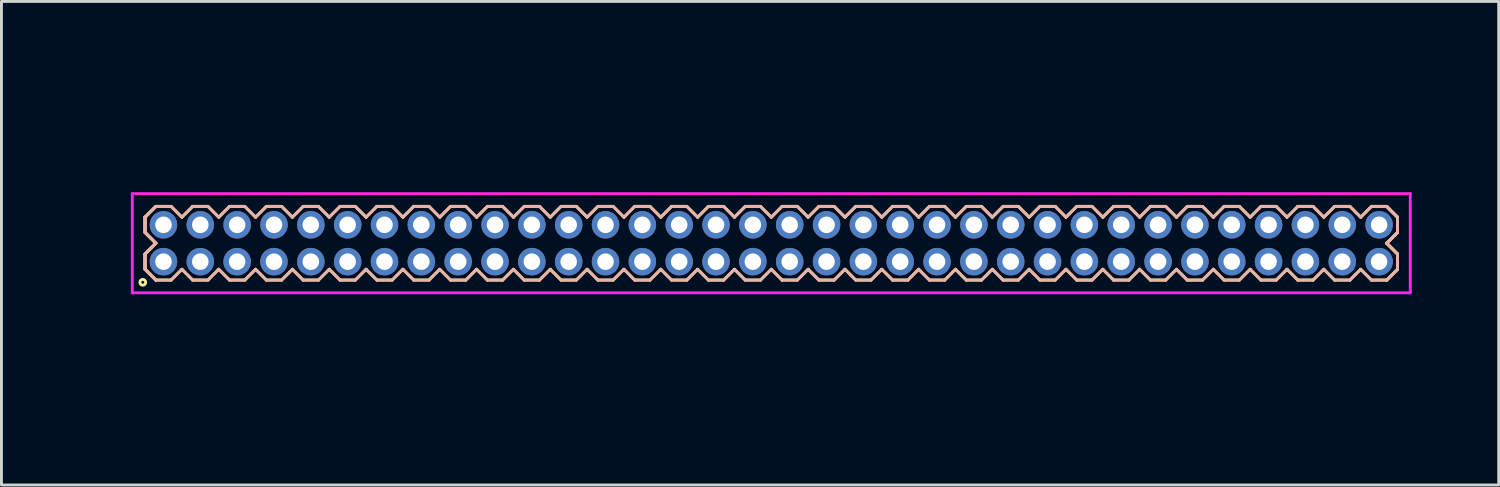
<source format=kicad_pcb>
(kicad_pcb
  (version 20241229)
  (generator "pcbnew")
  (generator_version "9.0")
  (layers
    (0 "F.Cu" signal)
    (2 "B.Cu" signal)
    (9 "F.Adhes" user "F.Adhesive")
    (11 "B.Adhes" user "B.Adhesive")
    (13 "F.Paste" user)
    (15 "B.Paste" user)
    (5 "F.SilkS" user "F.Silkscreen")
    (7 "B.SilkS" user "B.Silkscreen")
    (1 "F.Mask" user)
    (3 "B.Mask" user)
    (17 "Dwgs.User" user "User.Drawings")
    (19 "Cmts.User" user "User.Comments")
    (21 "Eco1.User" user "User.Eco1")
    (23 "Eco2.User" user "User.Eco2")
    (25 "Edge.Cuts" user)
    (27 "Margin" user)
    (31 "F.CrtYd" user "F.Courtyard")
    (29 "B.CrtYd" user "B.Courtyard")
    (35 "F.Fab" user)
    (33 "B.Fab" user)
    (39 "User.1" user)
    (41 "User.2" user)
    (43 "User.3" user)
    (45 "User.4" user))
  (footprint "HDR127P34x2"
    (layer "F.Cu")
    (at 23.541 5.336)
    (property "Reference" "HDR127P34x2" (at -22.78 0 90) (layer "User.1") (effects (font (size 1 1) (thickness 0.1))))
    (attr through_hole)
    (fp_line (start -21.59 -0.898) (end -21.218 -1.27) (stroke (width 0.1) (type solid)) (layer "F.SilkS"))
    (fp_line (start -21.59 -0.898) (end -21.218 -1.27) (stroke (width 0.1) (type solid)) (layer "F.SilkS"))
    (fp_line (start -21.59 -0.372) (end -21.59 -0.898) (stroke (width 0.1) (type solid)) (layer "F.SilkS"))
    (fp_line (start -21.59 -0.372) (end -21.59 -0.898) (stroke (width 0.1) (type solid)) (layer "F.SilkS"))
    (fp_line (start -21.59 0.372) (end -21.218 0) (stroke (width 0.1) (type solid)) (layer "F.SilkS"))
    (fp_line (start -21.59 0.372) (end -21.218 0) (stroke (width 0.1) (type solid)) (layer "F.SilkS"))
    (fp_line (start -21.59 0.898) (end -21.59 0.372) (stroke (width 0.1) (type solid)) (layer "F.SilkS"))
    (fp_line (start -21.59 0.898) (end -21.59 0.372) (stroke (width 0.1) (type solid)) (layer "F.SilkS"))
    (fp_line (start -21.218 -1.27) (end -20.692 -1.27) (stroke (width 0.1) (type solid)) (layer "F.SilkS"))
    (fp_line (start -21.218 0) (end -21.59 -0.372) (stroke (width 0.1) (type solid)) (layer "F.SilkS"))
    (fp_line (start -21.218 0) (end -21.59 -0.372) (stroke (width 0.1) (type solid)) (layer "F.SilkS"))
    (fp_line (start -21.218 1.27) (end -21.59 0.898) (stroke (width 0.1) (type solid)) (layer "F.SilkS"))
    (fp_line (start -21.218 1.27) (end -21.59 0.898) (stroke (width 0.1) (type solid)) (layer "F.SilkS"))
    (fp_line (start -20.692 -1.27) (end -20.32 -0.898) (stroke (width 0.1) (type solid)) (layer "F.SilkS"))
    (fp_line (start -20.692 1.27) (end -21.218 1.27) (stroke (width 0.1) (type solid)) (layer "F.SilkS"))
    (fp_line (start -20.32 -0.898) (end -19.948 -1.27) (stroke (width 0.1) (type solid)) (layer "F.SilkS"))
    (fp_line (start -20.32 0.898) (end -20.692 1.27) (stroke (width 0.1) (type solid)) (layer "F.SilkS"))
    (fp_line (start -19.948 -1.27) (end -19.422 -1.27) (stroke (width 0.1) (type solid)) (layer "F.SilkS"))
    (fp_line (start -19.948 1.27) (end -20.32 0.898) (stroke (width 0.1) (type solid)) (layer "F.SilkS"))
    (fp_line (start -19.422 -1.27) (end -19.05 -0.898) (stroke (width 0.1) (type solid)) (layer "F.SilkS"))
    (fp_line (start -19.422 1.27) (end -19.948 1.27) (stroke (width 0.1) (type solid)) (layer "F.SilkS"))
    (fp_line (start -19.05 -0.898) (end -18.678 -1.27) (stroke (width 0.1) (type solid)) (layer "F.SilkS"))
    (fp_line (start -19.05 0.898) (end -19.422 1.27) (stroke (width 0.1) (type solid)) (layer "F.SilkS"))
    (fp_line (start -18.678 -1.27) (end -18.152 -1.27) (stroke (width 0.1) (type solid)) (layer "F.SilkS"))
    (fp_line (start -18.678 1.27) (end -19.05 0.898) (stroke (width 0.1) (type solid)) (layer "F.SilkS"))
    (fp_line (start -18.152 -1.27) (end -17.78 -0.898) (stroke (width 0.1) (type solid)) (layer "F.SilkS"))
    (fp_line (start -18.152 1.27) (end -18.678 1.27) (stroke (width 0.1) (type solid)) (layer "F.SilkS"))
    (fp_line (start -17.78 -0.898) (end -17.408 -1.27) (stroke (width 0.1) (type solid)) (layer "F.SilkS"))
    (fp_line (start -17.78 0.898) (end -18.152 1.27) (stroke (width 0.1) (type solid)) (layer "F.SilkS"))
    (fp_line (start -17.408 -1.27) (end -16.882 -1.27) (stroke (width 0.1) (type solid)) (layer "F.SilkS"))
    (fp_line (start -17.408 1.27) (end -17.78 0.898) (stroke (width 0.1) (type solid)) (layer "F.SilkS"))
    (fp_line (start -16.882 -1.27) (end -16.51 -0.898) (stroke (width 0.1) (type solid)) (layer "F.SilkS"))
    (fp_line (start -16.882 1.27) (end -17.408 1.27) (stroke (width 0.1) (type solid)) (layer "F.SilkS"))
    (fp_line (start -16.51 -0.898) (end -16.138 -1.27) (stroke (width 0.1) (type solid)) (layer "F.SilkS"))
    (fp_line (start -16.51 0.898) (end -16.882 1.27) (stroke (width 0.1) (type solid)) (layer "F.SilkS"))
    (fp_line (start -16.138 -1.27) (end -15.612 -1.27) (stroke (width 0.1) (type solid)) (layer "F.SilkS"))
    (fp_line (start -16.138 1.27) (end -16.51 0.898) (stroke (width 0.1) (type solid)) (layer "F.SilkS"))
    (fp_line (start -15.612 -1.27) (end -15.24 -0.898) (stroke (width 0.1) (type solid)) (layer "F.SilkS"))
    (fp_line (start -15.612 1.27) (end -16.138 1.27) (stroke (width 0.1) (type solid)) (layer "F.SilkS"))
    (fp_line (start -15.24 -0.898) (end -14.868 -1.27) (stroke (width 0.1) (type solid)) (layer "F.SilkS"))
    (fp_line (start -15.24 0.898) (end -15.612 1.27) (stroke (width 0.1) (type solid)) (layer "F.SilkS"))
    (fp_line (start -14.868 -1.27) (end -14.342 -1.27) (stroke (width 0.1) (type solid)) (layer "F.SilkS"))
    (fp_line (start -14.868 1.27) (end -15.24 0.898) (stroke (width 0.1) (type solid)) (layer "F.SilkS"))
    (fp_line (start -14.342 -1.27) (end -13.97 -0.898) (stroke (width 0.1) (type solid)) (layer "F.SilkS"))
    (fp_line (start -14.342 1.27) (end -14.868 1.27) (stroke (width 0.1) (type solid)) (layer "F.SilkS"))
    (fp_line (start -13.97 -0.898) (end -13.598 -1.27) (stroke (width 0.1) (type solid)) (layer "F.SilkS"))
    (fp_line (start -13.97 0.898) (end -14.342 1.27) (stroke (width 0.1) (type solid)) (layer "F.SilkS"))
    (fp_line (start -13.598 -1.27) (end -13.072 -1.27) (stroke (width 0.1) (type solid)) (layer "F.SilkS"))
    (fp_line (start -13.598 1.27) (end -13.97 0.898) (stroke (width 0.1) (type solid)) (layer "F.SilkS"))
    (fp_line (start -13.072 -1.27) (end -12.7 -0.898) (stroke (width 0.1) (type solid)) (layer "F.SilkS"))
    (fp_line (start -13.072 1.27) (end -13.598 1.27) (stroke (width 0.1) (type solid)) (layer "F.SilkS"))
    (fp_line (start -12.7 -0.898) (end -12.328 -1.27) (stroke (width 0.1) (type solid)) (layer "F.SilkS"))
    (fp_line (start -12.7 0.898) (end -13.072 1.27) (stroke (width 0.1) (type solid)) (layer "F.SilkS"))
    (fp_line (start -12.328 -1.27) (end -11.802 -1.27) (stroke (width 0.1) (type solid)) (layer "F.SilkS"))
    (fp_line (start -12.328 1.27) (end -12.7 0.898) (stroke (width 0.1) (type solid)) (layer "F.SilkS"))
    (fp_line (start -11.802 -1.27) (end -11.43 -0.898) (stroke (width 0.1) (type solid)) (layer "F.SilkS"))
    (fp_line (start -11.802 1.27) (end -12.328 1.27) (stroke (width 0.1) (type solid)) (layer "F.SilkS"))
    (fp_line (start -11.43 -0.898) (end -11.058 -1.27) (stroke (width 0.1) (type solid)) (layer "F.SilkS"))
    (fp_line (start -11.43 0.898) (end -11.802 1.27) (stroke (width 0.1) (type solid)) (layer "F.SilkS"))
    (fp_line (start -11.058 -1.27) (end -10.532 -1.27) (stroke (width 0.1) (type solid)) (layer "F.SilkS"))
    (fp_line (start -11.058 1.27) (end -11.43 0.898) (stroke (width 0.1) (type solid)) (layer "F.SilkS"))
    (fp_line (start -10.532 -1.27) (end -10.16 -0.898) (stroke (width 0.1) (type solid)) (layer "F.SilkS"))
    (fp_line (start -10.532 1.27) (end -11.058 1.27) (stroke (width 0.1) (type solid)) (layer "F.SilkS"))
    (fp_line (start -10.16 -0.898) (end -9.788 -1.27) (stroke (width 0.1) (type solid)) (layer "F.SilkS"))
    (fp_line (start -10.16 0.898) (end -10.532 1.27) (stroke (width 0.1) (type solid)) (layer "F.SilkS"))
    (fp_line (start -9.788 -1.27) (end -9.262 -1.27) (stroke (width 0.1) (type solid)) (layer "F.SilkS"))
    (fp_line (start -9.788 1.27) (end -10.16 0.898) (stroke (width 0.1) (type solid)) (layer "F.SilkS"))
    (fp_line (start -9.262 -1.27) (end -8.89 -0.898) (stroke (width 0.1) (type solid)) (layer "F.SilkS"))
    (fp_line (start -9.262 1.27) (end -9.788 1.27) (stroke (width 0.1) (type solid)) (layer "F.SilkS"))
    (fp_line (start -8.89 -0.898) (end -8.518 -1.27) (stroke (width 0.1) (type solid)) (layer "F.SilkS"))
    (fp_line (start -8.89 0.898) (end -9.262 1.27) (stroke (width 0.1) (type solid)) (layer "F.SilkS"))
    (fp_line (start -8.518 -1.27) (end -7.992 -1.27) (stroke (width 0.1) (type solid)) (layer "F.SilkS"))
    (fp_line (start -8.518 1.27) (end -8.89 0.898) (stroke (width 0.1) (type solid)) (layer "F.SilkS"))
    (fp_line (start -7.992 -1.27) (end -7.62 -0.898) (stroke (width 0.1) (type solid)) (layer "F.SilkS"))
    (fp_line (start -7.992 1.27) (end -8.518 1.27) (stroke (width 0.1) (type solid)) (layer "F.SilkS"))
    (fp_line (start -7.62 -0.898) (end -7.248 -1.27) (stroke (width 0.1) (type solid)) (layer "F.SilkS"))
    (fp_line (start -7.62 0.898) (end -7.992 1.27) (stroke (width 0.1) (type solid)) (layer "F.SilkS"))
    (fp_line (start -7.248 -1.27) (end -6.722 -1.27) (stroke (width 0.1) (type solid)) (layer "F.SilkS"))
    (fp_line (start -7.248 1.27) (end -7.62 0.898) (stroke (width 0.1) (type solid)) (layer "F.SilkS"))
    (fp_line (start -6.722 -1.27) (end -6.35 -0.898) (stroke (width 0.1) (type solid)) (layer "F.SilkS"))
    (fp_line (start -6.722 1.27) (end -7.248 1.27) (stroke (width 0.1) (type solid)) (layer "F.SilkS"))
    (fp_line (start -6.35 -0.898) (end -5.978 -1.27) (stroke (width 0.1) (type solid)) (layer "F.SilkS"))
    (fp_line (start -6.35 0.898) (end -6.722 1.27) (stroke (width 0.1) (type solid)) (layer "F.SilkS"))
    (fp_line (start -5.978 -1.27) (end -5.452 -1.27) (stroke (width 0.1) (type solid)) (layer "F.SilkS"))
    (fp_line (start -5.978 1.27) (end -6.35 0.898) (stroke (width 0.1) (type solid)) (layer "F.SilkS"))
    (fp_line (start -5.452 -1.27) (end -5.08 -0.898) (stroke (width 0.1) (type solid)) (layer "F.SilkS"))
    (fp_line (start -5.452 1.27) (end -5.978 1.27) (stroke (width 0.1) (type solid)) (layer "F.SilkS"))
    (fp_line (start -5.08 -0.898) (end -4.708 -1.27) (stroke (width 0.1) (type solid)) (layer "F.SilkS"))
    (fp_line (start -5.08 0.898) (end -5.452 1.27) (stroke (width 0.1) (type solid)) (layer "F.SilkS"))
    (fp_line (start -4.708 -1.27) (end -4.182 -1.27) (stroke (width 0.1) (type solid)) (layer "F.SilkS"))
    (fp_line (start -4.708 1.27) (end -5.08 0.898) (stroke (width 0.1) (type solid)) (layer "F.SilkS"))
    (fp_line (start -4.182 -1.27) (end -3.81 -0.898) (stroke (width 0.1) (type solid)) (layer "F.SilkS"))
    (fp_line (start -4.182 1.27) (end -4.708 1.27) (stroke (width 0.1) (type solid)) (layer "F.SilkS"))
    (fp_line (start -3.81 -0.898) (end -3.438 -1.27) (stroke (width 0.1) (type solid)) (layer "F.SilkS"))
    (fp_line (start -3.81 0.898) (end -4.182 1.27) (stroke (width 0.1) (type solid)) (layer "F.SilkS"))
    (fp_line (start -3.438 -1.27) (end -2.912 -1.27) (stroke (width 0.1) (type solid)) (layer "F.SilkS"))
    (fp_line (start -3.438 1.27) (end -3.81 0.898) (stroke (width 0.1) (type solid)) (layer "F.SilkS"))
    (fp_line (start -2.912 -1.27) (end -2.54 -0.898) (stroke (width 0.1) (type solid)) (layer "F.SilkS"))
    (fp_line (start -2.912 1.27) (end -3.438 1.27) (stroke (width 0.1) (type solid)) (layer "F.SilkS"))
    (fp_line (start -2.54 -0.898) (end -2.168 -1.27) (stroke (width 0.1) (type solid)) (layer "F.SilkS"))
    (fp_line (start -2.54 0.898) (end -2.912 1.27) (stroke (width 0.1) (type solid)) (layer "F.SilkS"))
    (fp_line (start -2.168 -1.27) (end -1.642 -1.27) (stroke (width 0.1) (type solid)) (layer "F.SilkS"))
    (fp_line (start -2.168 1.27) (end -2.54 0.898) (stroke (width 0.1) (type solid)) (layer "F.SilkS"))
    (fp_line (start -1.642 -1.27) (end -1.27 -0.898) (stroke (width 0.1) (type solid)) (layer "F.SilkS"))
    (fp_line (start -1.642 1.27) (end -2.168 1.27) (stroke (width 0.1) (type solid)) (layer "F.SilkS"))
    (fp_line (start -1.27 -0.898) (end -0.898 -1.27) (stroke (width 0.1) (type solid)) (layer "F.SilkS"))
    (fp_line (start -1.27 0.898) (end -1.642 1.27) (stroke (width 0.1) (type solid)) (layer "F.SilkS"))
    (fp_line (start -0.898 -1.27) (end -0.372 -1.27) (stroke (width 0.1) (type solid)) (layer "F.SilkS"))
    (fp_line (start -0.898 1.27) (end -1.27 0.898) (stroke (width 0.1) (type solid)) (layer "F.SilkS"))
    (fp_line (start -0.372 -1.27) (end 0 -0.898) (stroke (width 0.1) (type solid)) (layer "F.SilkS"))
    (fp_line (start -0.372 1.27) (end -0.898 1.27) (stroke (width 0.1) (type solid)) (layer "F.SilkS"))
    (fp_line (start 0 -0.898) (end 0.372 -1.27) (stroke (width 0.1) (type solid)) (layer "F.SilkS"))
    (fp_line (start 0 0.898) (end -0.372 1.27) (stroke (width 0.1) (type solid)) (layer "F.SilkS"))
    (fp_line (start 0.372 -1.27) (end 0.898 -1.27) (stroke (width 0.1) (type solid)) (layer "F.SilkS"))
    (fp_line (start 0.372 1.27) (end 0 0.898) (stroke (width 0.1) (type solid)) (layer "F.SilkS"))
    (fp_line (start 0.898 -1.27) (end 1.27 -0.898) (stroke (width 0.1) (type solid)) (layer "F.SilkS"))
    (fp_line (start 0.898 1.27) (end 0.372 1.27) (stroke (width 0.1) (type solid)) (layer "F.SilkS"))
    (fp_line (start 1.27 -0.898) (end 1.642 -1.27) (stroke (width 0.1) (type solid)) (layer "F.SilkS"))
    (fp_line (start 1.27 0.898) (end 0.898 1.27) (stroke (width 0.1) (type solid)) (layer "F.SilkS"))
    (fp_line (start 1.642 -1.27) (end 2.168 -1.27) (stroke (width 0.1) (type solid)) (layer "F.SilkS"))
    (fp_line (start 1.642 1.27) (end 1.27 0.898) (stroke (width 0.1) (type solid)) (layer "F.SilkS"))
    (fp_line (start 2.168 -1.27) (end 2.54 -0.898) (stroke (width 0.1) (type solid)) (layer "F.SilkS"))
    (fp_line (start 2.168 1.27) (end 1.642 1.27) (stroke (width 0.1) (type solid)) (layer "F.SilkS"))
    (fp_line (start 2.54 -0.898) (end 2.912 -1.27) (stroke (width 0.1) (type solid)) (layer "F.SilkS"))
    (fp_line (start 2.54 0.898) (end 2.168 1.27) (stroke (width 0.1) (type solid)) (layer "F.SilkS"))
    (fp_line (start 2.912 -1.27) (end 3.438 -1.27) (stroke (width 0.1) (type solid)) (layer "F.SilkS"))
    (fp_line (start 2.912 1.27) (end 2.54 0.898) (stroke (width 0.1) (type solid)) (layer "F.SilkS"))
    (fp_line (start 3.438 -1.27) (end 3.81 -0.898) (stroke (width 0.1) (type solid)) (layer "F.SilkS"))
    (fp_line (start 3.438 1.27) (end 2.912 1.27) (stroke (width 0.1) (type solid)) (layer "F.SilkS"))
    (fp_line (start 3.81 -0.898) (end 4.182 -1.27) (stroke (width 0.1) (type solid)) (layer "F.SilkS"))
    (fp_line (start 3.81 0.898) (end 3.438 1.27) (stroke (width 0.1) (type solid)) (layer "F.SilkS"))
    (fp_line (start 4.182 -1.27) (end 4.708 -1.27) (stroke (width 0.1) (type solid)) (layer "F.SilkS"))
    (fp_line (start 4.182 1.27) (end 3.81 0.898) (stroke (width 0.1) (type solid)) (layer "F.SilkS"))
    (fp_line (start 4.708 -1.27) (end 5.08 -0.898) (stroke (width 0.1) (type solid)) (layer "F.SilkS"))
    (fp_line (start 4.708 1.27) (end 4.182 1.27) (stroke (width 0.1) (type solid)) (layer "F.SilkS"))
    (fp_line (start 5.08 -0.898) (end 5.452 -1.27) (stroke (width 0.1) (type solid)) (layer "F.SilkS"))
    (fp_line (start 5.08 0.898) (end 4.708 1.27) (stroke (width 0.1) (type solid)) (layer "F.SilkS"))
    (fp_line (start 5.452 -1.27) (end 5.978 -1.27) (stroke (width 0.1) (type solid)) (layer "F.SilkS"))
    (fp_line (start 5.452 1.27) (end 5.08 0.898) (stroke (width 0.1) (type solid)) (layer "F.SilkS"))
    (fp_line (start 5.978 -1.27) (end 6.35 -0.898) (stroke (width 0.1) (type solid)) (layer "F.SilkS"))
    (fp_line (start 5.978 1.27) (end 5.452 1.27) (stroke (width 0.1) (type solid)) (layer "F.SilkS"))
    (fp_line (start 6.35 -0.898) (end 6.722 -1.27) (stroke (width 0.1) (type solid)) (layer "F.SilkS"))
    (fp_line (start 6.35 0.898) (end 5.978 1.27) (stroke (width 0.1) (type solid)) (layer "F.SilkS"))
    (fp_line (start 6.722 -1.27) (end 7.248 -1.27) (stroke (width 0.1) (type solid)) (layer "F.SilkS"))
    (fp_line (start 6.722 1.27) (end 6.35 0.898) (stroke (width 0.1) (type solid)) (layer "F.SilkS"))
    (fp_line (start 7.248 -1.27) (end 7.62 -0.898) (stroke (width 0.1) (type solid)) (layer "F.SilkS"))
    (fp_line (start 7.248 1.27) (end 6.722 1.27) (stroke (width 0.1) (type solid)) (layer "F.SilkS"))
    (fp_line (start 7.62 -0.898) (end 7.992 -1.27) (stroke (width 0.1) (type solid)) (layer "F.SilkS"))
    (fp_line (start 7.62 0.898) (end 7.248 1.27) (stroke (width 0.1) (type solid)) (layer "F.SilkS"))
    (fp_line (start 7.992 -1.27) (end 8.518 -1.27) (stroke (width 0.1) (type solid)) (layer "F.SilkS"))
    (fp_line (start 7.992 1.27) (end 7.62 0.898) (stroke (width 0.1) (type solid)) (layer "F.SilkS"))
    (fp_line (start 8.518 -1.27) (end 8.89 -0.898) (stroke (width 0.1) (type solid)) (layer "F.SilkS"))
    (fp_line (start 8.518 1.27) (end 7.992 1.27) (stroke (width 0.1) (type solid)) (layer "F.SilkS"))
    (fp_line (start 8.89 -0.898) (end 9.262 -1.27) (stroke (width 0.1) (type solid)) (layer "F.SilkS"))
    (fp_line (start 8.89 0.898) (end 8.518 1.27) (stroke (width 0.1) (type solid)) (layer "F.SilkS"))
    (fp_line (start 9.262 -1.27) (end 9.788 -1.27) (stroke (width 0.1) (type solid)) (layer "F.SilkS"))
    (fp_line (start 9.262 1.27) (end 8.89 0.898) (stroke (width 0.1) (type solid)) (layer "F.SilkS"))
    (fp_line (start 9.788 -1.27) (end 10.16 -0.898) (stroke (width 0.1) (type solid)) (layer "F.SilkS"))
    (fp_line (start 9.788 1.27) (end 9.262 1.27) (stroke (width 0.1) (type solid)) (layer "F.SilkS"))
    (fp_line (start 10.16 -0.898) (end 10.532 -1.27) (stroke (width 0.1) (type solid)) (layer "F.SilkS"))
    (fp_line (start 10.16 0.898) (end 9.788 1.27) (stroke (width 0.1) (type solid)) (layer "F.SilkS"))
    (fp_line (start 10.532 -1.27) (end 11.058 -1.27) (stroke (width 0.1) (type solid)) (layer "F.SilkS"))
    (fp_line (start 10.532 1.27) (end 10.16 0.898) (stroke (width 0.1) (type solid)) (layer "F.SilkS"))
    (fp_line (start 11.058 -1.27) (end 11.43 -0.898) (stroke (width 0.1) (type solid)) (layer "F.SilkS"))
    (fp_line (start 11.058 1.27) (end 10.532 1.27) (stroke (width 0.1) (type solid)) (layer "F.SilkS"))
    (fp_line (start 11.43 -0.898) (end 11.802 -1.27) (stroke (width 0.1) (type solid)) (layer "F.SilkS"))
    (fp_line (start 11.43 0.898) (end 11.058 1.27) (stroke (width 0.1) (type solid)) (layer "F.SilkS"))
    (fp_line (start 11.802 -1.27) (end 12.328 -1.27) (stroke (width 0.1) (type solid)) (layer "F.SilkS"))
    (fp_line (start 11.802 1.27) (end 11.43 0.898) (stroke (width 0.1) (type solid)) (layer "F.SilkS"))
    (fp_line (start 12.328 -1.27) (end 12.7 -0.898) (stroke (width 0.1) (type solid)) (layer "F.SilkS"))
    (fp_line (start 12.328 1.27) (end 11.802 1.27) (stroke (width 0.1) (type solid)) (layer "F.SilkS"))
    (fp_line (start 12.7 -0.898) (end 13.072 -1.27) (stroke (width 0.1) (type solid)) (layer "F.SilkS"))
    (fp_line (start 12.7 0.898) (end 12.328 1.27) (stroke (width 0.1) (type solid)) (layer "F.SilkS"))
    (fp_line (start 13.072 -1.27) (end 13.598 -1.27) (stroke (width 0.1) (type solid)) (layer "F.SilkS"))
    (fp_line (start 13.072 1.27) (end 12.7 0.898) (stroke (width 0.1) (type solid)) (layer "F.SilkS"))
    (fp_line (start 13.598 -1.27) (end 13.97 -0.898) (stroke (width 0.1) (type solid)) (layer "F.SilkS"))
    (fp_line (start 13.598 1.27) (end 13.072 1.27) (stroke (width 0.1) (type solid)) (layer "F.SilkS"))
    (fp_line (start 13.97 -0.898) (end 14.342 -1.27) (stroke (width 0.1) (type solid)) (layer "F.SilkS"))
    (fp_line (start 13.97 0.898) (end 13.598 1.27) (stroke (width 0.1) (type solid)) (layer "F.SilkS"))
    (fp_line (start 14.342 -1.27) (end 14.868 -1.27) (stroke (width 0.1) (type solid)) (layer "F.SilkS"))
    (fp_line (start 14.342 1.27) (end 13.97 0.898) (stroke (width 0.1) (type solid)) (layer "F.SilkS"))
    (fp_line (start 14.868 -1.27) (end 15.24 -0.898) (stroke (width 0.1) (type solid)) (layer "F.SilkS"))
    (fp_line (start 14.868 1.27) (end 14.342 1.27) (stroke (width 0.1) (type solid)) (layer "F.SilkS"))
    (fp_line (start 15.24 -0.898) (end 15.612 -1.27) (stroke (width 0.1) (type solid)) (layer "F.SilkS"))
    (fp_line (start 15.24 0.898) (end 14.868 1.27) (stroke (width 0.1) (type solid)) (layer "F.SilkS"))
    (fp_line (start 15.612 -1.27) (end 16.138 -1.27) (stroke (width 0.1) (type solid)) (layer "F.SilkS"))
    (fp_line (start 15.612 1.27) (end 15.24 0.898) (stroke (width 0.1) (type solid)) (layer "F.SilkS"))
    (fp_line (start 16.138 -1.27) (end 16.51 -0.898) (stroke (width 0.1) (type solid)) (layer "F.SilkS"))
    (fp_line (start 16.138 1.27) (end 15.612 1.27) (stroke (width 0.1) (type solid)) (layer "F.SilkS"))
    (fp_line (start 16.51 -0.898) (end 16.882 -1.27) (stroke (width 0.1) (type solid)) (layer "F.SilkS"))
    (fp_line (start 16.51 0.898) (end 16.138 1.27) (stroke (width 0.1) (type solid)) (layer "F.SilkS"))
    (fp_line (start 16.882 -1.27) (end 17.408 -1.27) (stroke (width 0.1) (type solid)) (layer "F.SilkS"))
    (fp_line (start 16.882 1.27) (end 16.51 0.898) (stroke (width 0.1) (type solid)) (layer "F.SilkS"))
    (fp_line (start 17.408 -1.27) (end 17.78 -0.898) (stroke (width 0.1) (type solid)) (layer "F.SilkS"))
    (fp_line (start 17.408 1.27) (end 16.882 1.27) (stroke (width 0.1) (type solid)) (layer "F.SilkS"))
    (fp_line (start 17.78 -0.898) (end 18.152 -1.27) (stroke (width 0.1) (type solid)) (layer "F.SilkS"))
    (fp_line (start 17.78 0.898) (end 17.408 1.27) (stroke (width 0.1) (type solid)) (layer "F.SilkS"))
    (fp_line (start 18.152 -1.27) (end 18.678 -1.27) (stroke (width 0.1) (type solid)) (layer "F.SilkS"))
    (fp_line (start 18.152 1.27) (end 17.78 0.898) (stroke (width 0.1) (type solid)) (layer "F.SilkS"))
    (fp_line (start 18.678 -1.27) (end 19.05 -0.898) (stroke (width 0.1) (type solid)) (layer "F.SilkS"))
    (fp_line (start 18.678 1.27) (end 18.152 1.27) (stroke (width 0.1) (type solid)) (layer "F.SilkS"))
    (fp_line (start 19.05 -0.898) (end 19.422 -1.27) (stroke (width 0.1) (type solid)) (layer "F.SilkS"))
    (fp_line (start 19.05 0.898) (end 18.678 1.27) (stroke (width 0.1) (type solid)) (layer "F.SilkS"))
    (fp_line (start 19.422 -1.27) (end 19.948 -1.27) (stroke (width 0.1) (type solid)) (layer "F.SilkS"))
    (fp_line (start 19.422 1.27) (end 19.05 0.898) (stroke (width 0.1) (type solid)) (layer "F.SilkS"))
    (fp_line (start 19.948 -1.27) (end 20.32 -0.898) (stroke (width 0.1) (type solid)) (layer "F.SilkS"))
    (fp_line (start 19.948 1.27) (end 19.422 1.27) (stroke (width 0.1) (type solid)) (layer "F.SilkS"))
    (fp_line (start 20.32 -0.898) (end 20.692 -1.27) (stroke (width 0.1) (type solid)) (layer "F.SilkS"))
    (fp_line (start 20.32 0.898) (end 19.948 1.27) (stroke (width 0.1) (type solid)) (layer "F.SilkS"))
    (fp_line (start 20.692 -1.27) (end 21.218 -1.27) (stroke (width 0.1) (type solid)) (layer "F.SilkS"))
    (fp_line (start 20.692 1.27) (end 20.32 0.898) (stroke (width 0.1) (type solid)) (layer "F.SilkS"))
    (fp_line (start 21.218 -1.27) (end 21.59 -0.898) (stroke (width 0.1) (type solid)) (layer "F.SilkS"))
    (fp_line (start 21.218 -1.27) (end 21.59 -0.898) (stroke (width 0.1) (type solid)) (layer "F.SilkS"))
    (fp_line (start 21.218 0) (end 21.59 0.372) (stroke (width 0.1) (type solid)) (layer "F.SilkS"))
    (fp_line (start 21.218 0) (end 21.59 0.372) (stroke (width 0.1) (type solid)) (layer "F.SilkS"))
    (fp_line (start 21.218 1.27) (end 20.692 1.27) (stroke (width 0.1) (type solid)) (layer "F.SilkS"))
    (fp_line (start 21.59 -0.898) (end 21.59 -0.372) (stroke (width 0.1) (type solid)) (layer "F.SilkS"))
    (fp_line (start 21.59 -0.898) (end 21.59 -0.372) (stroke (width 0.1) (type solid)) (layer "F.SilkS"))
    (fp_line (start 21.59 -0.372) (end 21.218 0) (stroke (width 0.1) (type solid)) (layer "F.SilkS"))
    (fp_line (start 21.59 -0.372) (end 21.218 0) (stroke (width 0.1) (type solid)) (layer "F.SilkS"))
    (fp_line (start 21.59 0.372) (end 21.59 0.898) (stroke (width 0.1) (type solid)) (layer "F.SilkS"))
    (fp_line (start 21.59 0.372) (end 21.59 0.898) (stroke (width 0.1) (type solid)) (layer "F.SilkS"))
    (fp_line (start 21.59 0.898) (end 21.218 1.27) (stroke (width 0.1) (type solid)) (layer "F.SilkS"))
    (fp_line (start 21.59 0.898) (end 21.218 1.27) (stroke (width 0.1) (type solid)) (layer "F.SilkS"))
    (fp_circle (center -21.668 1.347) (end -21.568 1.347) (stroke (width 0.1) (type solid)) (fill no) (layer "F.SilkS"))
    (fp_line (start -21.59 -0.898) (end -21.218 -1.27) (stroke (width 0.1) (type solid)) (layer "B.SilkS"))
    (fp_line (start -21.59 -0.898) (end -21.218 -1.27) (stroke (width 0.1) (type solid)) (layer "B.SilkS"))
    (fp_line (start -21.59 -0.372) (end -21.59 -0.898) (stroke (width 0.1) (type solid)) (layer "B.SilkS"))
    (fp_line (start -21.59 -0.372) (end -21.59 -0.898) (stroke (width 0.1) (type solid)) (layer "B.SilkS"))
    (fp_line (start -21.59 0.372) (end -21.218 0) (stroke (width 0.1) (type solid)) (layer "B.SilkS"))
    (fp_line (start -21.59 0.372) (end -21.218 0) (stroke (width 0.1) (type solid)) (layer "B.SilkS"))
    (fp_line (start -21.59 0.898) (end -21.59 0.372) (stroke (width 0.1) (type solid)) (layer "B.SilkS"))
    (fp_line (start -21.59 0.898) (end -21.59 0.372) (stroke (width 0.1) (type solid)) (layer "B.SilkS"))
    (fp_line (start -21.218 -1.27) (end -20.692 -1.27) (stroke (width 0.1) (type solid)) (layer "B.SilkS"))
    (fp_line (start -21.218 0) (end -21.59 -0.372) (stroke (width 0.1) (type solid)) (layer "B.SilkS"))
    (fp_line (start -21.218 0) (end -21.59 -0.372) (stroke (width 0.1) (type solid)) (layer "B.SilkS"))
    (fp_line (start -21.218 1.27) (end -21.59 0.898) (stroke (width 0.1) (type solid)) (layer "B.SilkS"))
    (fp_line (start -21.218 1.27) (end -21.59 0.898) (stroke (width 0.1) (type solid)) (layer "B.SilkS"))
    (fp_line (start -20.692 -1.27) (end -20.32 -0.898) (stroke (width 0.1) (type solid)) (layer "B.SilkS"))
    (fp_line (start -20.692 1.27) (end -21.218 1.27) (stroke (width 0.1) (type solid)) (layer "B.SilkS"))
    (fp_line (start -20.32 -0.898) (end -19.948 -1.27) (stroke (width 0.1) (type solid)) (layer "B.SilkS"))
    (fp_line (start -20.32 0.898) (end -20.692 1.27) (stroke (width 0.1) (type solid)) (layer "B.SilkS"))
    (fp_line (start -19.948 -1.27) (end -19.422 -1.27) (stroke (width 0.1) (type solid)) (layer "B.SilkS"))
    (fp_line (start -19.948 1.27) (end -20.32 0.898) (stroke (width 0.1) (type solid)) (layer "B.SilkS"))
    (fp_line (start -19.422 -1.27) (end -19.05 -0.898) (stroke (width 0.1) (type solid)) (layer "B.SilkS"))
    (fp_line (start -19.422 1.27) (end -19.948 1.27) (stroke (width 0.1) (type solid)) (layer "B.SilkS"))
    (fp_line (start -19.05 -0.898) (end -18.678 -1.27) (stroke (width 0.1) (type solid)) (layer "B.SilkS"))
    (fp_line (start -19.05 0.898) (end -19.422 1.27) (stroke (width 0.1) (type solid)) (layer "B.SilkS"))
    (fp_line (start -18.678 -1.27) (end -18.152 -1.27) (stroke (width 0.1) (type solid)) (layer "B.SilkS"))
    (fp_line (start -18.678 1.27) (end -19.05 0.898) (stroke (width 0.1) (type solid)) (layer "B.SilkS"))
    (fp_line (start -18.152 -1.27) (end -17.78 -0.898) (stroke (width 0.1) (type solid)) (layer "B.SilkS"))
    (fp_line (start -18.152 1.27) (end -18.678 1.27) (stroke (width 0.1) (type solid)) (layer "B.SilkS"))
    (fp_line (start -17.78 -0.898) (end -17.408 -1.27) (stroke (width 0.1) (type solid)) (layer "B.SilkS"))
    (fp_line (start -17.78 0.898) (end -18.152 1.27) (stroke (width 0.1) (type solid)) (layer "B.SilkS"))
    (fp_line (start -17.408 -1.27) (end -16.882 -1.27) (stroke (width 0.1) (type solid)) (layer "B.SilkS"))
    (fp_line (start -17.408 1.27) (end -17.78 0.898) (stroke (width 0.1) (type solid)) (layer "B.SilkS"))
    (fp_line (start -16.882 -1.27) (end -16.51 -0.898) (stroke (width 0.1) (type solid)) (layer "B.SilkS"))
    (fp_line (start -16.882 1.27) (end -17.408 1.27) (stroke (width 0.1) (type solid)) (layer "B.SilkS"))
    (fp_line (start -16.51 -0.898) (end -16.138 -1.27) (stroke (width 0.1) (type solid)) (layer "B.SilkS"))
    (fp_line (start -16.51 0.898) (end -16.882 1.27) (stroke (width 0.1) (type solid)) (layer "B.SilkS"))
    (fp_line (start -16.138 -1.27) (end -15.612 -1.27) (stroke (width 0.1) (type solid)) (layer "B.SilkS"))
    (fp_line (start -16.138 1.27) (end -16.51 0.898) (stroke (width 0.1) (type solid)) (layer "B.SilkS"))
    (fp_line (start -15.612 -1.27) (end -15.24 -0.898) (stroke (width 0.1) (type solid)) (layer "B.SilkS"))
    (fp_line (start -15.612 1.27) (end -16.138 1.27) (stroke (width 0.1) (type solid)) (layer "B.SilkS"))
    (fp_line (start -15.24 -0.898) (end -14.868 -1.27) (stroke (width 0.1) (type solid)) (layer "B.SilkS"))
    (fp_line (start -15.24 0.898) (end -15.612 1.27) (stroke (width 0.1) (type solid)) (layer "B.SilkS"))
    (fp_line (start -14.868 -1.27) (end -14.342 -1.27) (stroke (width 0.1) (type solid)) (layer "B.SilkS"))
    (fp_line (start -14.868 1.27) (end -15.24 0.898) (stroke (width 0.1) (type solid)) (layer "B.SilkS"))
    (fp_line (start -14.342 -1.27) (end -13.97 -0.898) (stroke (width 0.1) (type solid)) (layer "B.SilkS"))
    (fp_line (start -14.342 1.27) (end -14.868 1.27) (stroke (width 0.1) (type solid)) (layer "B.SilkS"))
    (fp_line (start -13.97 -0.898) (end -13.598 -1.27) (stroke (width 0.1) (type solid)) (layer "B.SilkS"))
    (fp_line (start -13.97 0.898) (end -14.342 1.27) (stroke (width 0.1) (type solid)) (layer "B.SilkS"))
    (fp_line (start -13.598 -1.27) (end -13.072 -1.27) (stroke (width 0.1) (type solid)) (layer "B.SilkS"))
    (fp_line (start -13.598 1.27) (end -13.97 0.898) (stroke (width 0.1) (type solid)) (layer "B.SilkS"))
    (fp_line (start -13.072 -1.27) (end -12.7 -0.898) (stroke (width 0.1) (type solid)) (layer "B.SilkS"))
    (fp_line (start -13.072 1.27) (end -13.598 1.27) (stroke (width 0.1) (type solid)) (layer "B.SilkS"))
    (fp_line (start -12.7 -0.898) (end -12.328 -1.27) (stroke (width 0.1) (type solid)) (layer "B.SilkS"))
    (fp_line (start -12.7 0.898) (end -13.072 1.27) (stroke (width 0.1) (type solid)) (layer "B.SilkS"))
    (fp_line (start -12.328 -1.27) (end -11.802 -1.27) (stroke (width 0.1) (type solid)) (layer "B.SilkS"))
    (fp_line (start -12.328 1.27) (end -12.7 0.898) (stroke (width 0.1) (type solid)) (layer "B.SilkS"))
    (fp_line (start -11.802 -1.27) (end -11.43 -0.898) (stroke (width 0.1) (type solid)) (layer "B.SilkS"))
    (fp_line (start -11.802 1.27) (end -12.328 1.27) (stroke (width 0.1) (type solid)) (layer "B.SilkS"))
    (fp_line (start -11.43 -0.898) (end -11.058 -1.27) (stroke (width 0.1) (type solid)) (layer "B.SilkS"))
    (fp_line (start -11.43 0.898) (end -11.802 1.27) (stroke (width 0.1) (type solid)) (layer "B.SilkS"))
    (fp_line (start -11.058 -1.27) (end -10.532 -1.27) (stroke (width 0.1) (type solid)) (layer "B.SilkS"))
    (fp_line (start -11.058 1.27) (end -11.43 0.898) (stroke (width 0.1) (type solid)) (layer "B.SilkS"))
    (fp_line (start -10.532 -1.27) (end -10.16 -0.898) (stroke (width 0.1) (type solid)) (layer "B.SilkS"))
    (fp_line (start -10.532 1.27) (end -11.058 1.27) (stroke (width 0.1) (type solid)) (layer "B.SilkS"))
    (fp_line (start -10.16 -0.898) (end -9.788 -1.27) (stroke (width 0.1) (type solid)) (layer "B.SilkS"))
    (fp_line (start -10.16 0.898) (end -10.532 1.27) (stroke (width 0.1) (type solid)) (layer "B.SilkS"))
    (fp_line (start -9.788 -1.27) (end -9.262 -1.27) (stroke (width 0.1) (type solid)) (layer "B.SilkS"))
    (fp_line (start -9.788 1.27) (end -10.16 0.898) (stroke (width 0.1) (type solid)) (layer "B.SilkS"))
    (fp_line (start -9.262 -1.27) (end -8.89 -0.898) (stroke (width 0.1) (type solid)) (layer "B.SilkS"))
    (fp_line (start -9.262 1.27) (end -9.788 1.27) (stroke (width 0.1) (type solid)) (layer "B.SilkS"))
    (fp_line (start -8.89 -0.898) (end -8.518 -1.27) (stroke (width 0.1) (type solid)) (layer "B.SilkS"))
    (fp_line (start -8.89 0.898) (end -9.262 1.27) (stroke (width 0.1) (type solid)) (layer "B.SilkS"))
    (fp_line (start -8.518 -1.27) (end -7.992 -1.27) (stroke (width 0.1) (type solid)) (layer "B.SilkS"))
    (fp_line (start -8.518 1.27) (end -8.89 0.898) (stroke (width 0.1) (type solid)) (layer "B.SilkS"))
    (fp_line (start -7.992 -1.27) (end -7.62 -0.898) (stroke (width 0.1) (type solid)) (layer "B.SilkS"))
    (fp_line (start -7.992 1.27) (end -8.518 1.27) (stroke (width 0.1) (type solid)) (layer "B.SilkS"))
    (fp_line (start -7.62 -0.898) (end -7.248 -1.27) (stroke (width 0.1) (type solid)) (layer "B.SilkS"))
    (fp_line (start -7.62 0.898) (end -7.992 1.27) (stroke (width 0.1) (type solid)) (layer "B.SilkS"))
    (fp_line (start -7.248 -1.27) (end -6.722 -1.27) (stroke (width 0.1) (type solid)) (layer "B.SilkS"))
    (fp_line (start -7.248 1.27) (end -7.62 0.898) (stroke (width 0.1) (type solid)) (layer "B.SilkS"))
    (fp_line (start -6.722 -1.27) (end -6.35 -0.898) (stroke (width 0.1) (type solid)) (layer "B.SilkS"))
    (fp_line (start -6.722 1.27) (end -7.248 1.27) (stroke (width 0.1) (type solid)) (layer "B.SilkS"))
    (fp_line (start -6.35 -0.898) (end -5.978 -1.27) (stroke (width 0.1) (type solid)) (layer "B.SilkS"))
    (fp_line (start -6.35 0.898) (end -6.722 1.27) (stroke (width 0.1) (type solid)) (layer "B.SilkS"))
    (fp_line (start -5.978 -1.27) (end -5.452 -1.27) (stroke (width 0.1) (type solid)) (layer "B.SilkS"))
    (fp_line (start -5.978 1.27) (end -6.35 0.898) (stroke (width 0.1) (type solid)) (layer "B.SilkS"))
    (fp_line (start -5.452 -1.27) (end -5.08 -0.898) (stroke (width 0.1) (type solid)) (layer "B.SilkS"))
    (fp_line (start -5.452 1.27) (end -5.978 1.27) (stroke (width 0.1) (type solid)) (layer "B.SilkS"))
    (fp_line (start -5.08 -0.898) (end -4.708 -1.27) (stroke (width 0.1) (type solid)) (layer "B.SilkS"))
    (fp_line (start -5.08 0.898) (end -5.452 1.27) (stroke (width 0.1) (type solid)) (layer "B.SilkS"))
    (fp_line (start -4.708 -1.27) (end -4.182 -1.27) (stroke (width 0.1) (type solid)) (layer "B.SilkS"))
    (fp_line (start -4.708 1.27) (end -5.08 0.898) (stroke (width 0.1) (type solid)) (layer "B.SilkS"))
    (fp_line (start -4.182 -1.27) (end -3.81 -0.898) (stroke (width 0.1) (type solid)) (layer "B.SilkS"))
    (fp_line (start -4.182 1.27) (end -4.708 1.27) (stroke (width 0.1) (type solid)) (layer "B.SilkS"))
    (fp_line (start -3.81 -0.898) (end -3.438 -1.27) (stroke (width 0.1) (type solid)) (layer "B.SilkS"))
    (fp_line (start -3.81 0.898) (end -4.182 1.27) (stroke (width 0.1) (type solid)) (layer "B.SilkS"))
    (fp_line (start -3.438 -1.27) (end -2.912 -1.27) (stroke (width 0.1) (type solid)) (layer "B.SilkS"))
    (fp_line (start -3.438 1.27) (end -3.81 0.898) (stroke (width 0.1) (type solid)) (layer "B.SilkS"))
    (fp_line (start -2.912 -1.27) (end -2.54 -0.898) (stroke (width 0.1) (type solid)) (layer "B.SilkS"))
    (fp_line (start -2.912 1.27) (end -3.438 1.27) (stroke (width 0.1) (type solid)) (layer "B.SilkS"))
    (fp_line (start -2.54 -0.898) (end -2.168 -1.27) (stroke (width 0.1) (type solid)) (layer "B.SilkS"))
    (fp_line (start -2.54 0.898) (end -2.912 1.27) (stroke (width 0.1) (type solid)) (layer "B.SilkS"))
    (fp_line (start -2.168 -1.27) (end -1.642 -1.27) (stroke (width 0.1) (type solid)) (layer "B.SilkS"))
    (fp_line (start -2.168 1.27) (end -2.54 0.898) (stroke (width 0.1) (type solid)) (layer "B.SilkS"))
    (fp_line (start -1.642 -1.27) (end -1.27 -0.898) (stroke (width 0.1) (type solid)) (layer "B.SilkS"))
    (fp_line (start -1.642 1.27) (end -2.168 1.27) (stroke (width 0.1) (type solid)) (layer "B.SilkS"))
    (fp_line (start -1.27 -0.898) (end -0.898 -1.27) (stroke (width 0.1) (type solid)) (layer "B.SilkS"))
    (fp_line (start -1.27 0.898) (end -1.642 1.27) (stroke (width 0.1) (type solid)) (layer "B.SilkS"))
    (fp_line (start -0.898 -1.27) (end -0.372 -1.27) (stroke (width 0.1) (type solid)) (layer "B.SilkS"))
    (fp_line (start -0.898 1.27) (end -1.27 0.898) (stroke (width 0.1) (type solid)) (layer "B.SilkS"))
    (fp_line (start -0.372 -1.27) (end 0 -0.898) (stroke (width 0.1) (type solid)) (layer "B.SilkS"))
    (fp_line (start -0.372 1.27) (end -0.898 1.27) (stroke (width 0.1) (type solid)) (layer "B.SilkS"))
    (fp_line (start 0 -0.898) (end 0.372 -1.27) (stroke (width 0.1) (type solid)) (layer "B.SilkS"))
    (fp_line (start 0 0.898) (end -0.372 1.27) (stroke (width 0.1) (type solid)) (layer "B.SilkS"))
    (fp_line (start 0.372 -1.27) (end 0.898 -1.27) (stroke (width 0.1) (type solid)) (layer "B.SilkS"))
    (fp_line (start 0.372 1.27) (end 0 0.898) (stroke (width 0.1) (type solid)) (layer "B.SilkS"))
    (fp_line (start 0.898 -1.27) (end 1.27 -0.898) (stroke (width 0.1) (type solid)) (layer "B.SilkS"))
    (fp_line (start 0.898 1.27) (end 0.372 1.27) (stroke (width 0.1) (type solid)) (layer "B.SilkS"))
    (fp_line (start 1.27 -0.898) (end 1.642 -1.27) (stroke (width 0.1) (type solid)) (layer "B.SilkS"))
    (fp_line (start 1.27 0.898) (end 0.898 1.27) (stroke (width 0.1) (type solid)) (layer "B.SilkS"))
    (fp_line (start 1.642 -1.27) (end 2.168 -1.27) (stroke (width 0.1) (type solid)) (layer "B.SilkS"))
    (fp_line (start 1.642 1.27) (end 1.27 0.898) (stroke (width 0.1) (type solid)) (layer "B.SilkS"))
    (fp_line (start 2.168 -1.27) (end 2.54 -0.898) (stroke (width 0.1) (type solid)) (layer "B.SilkS"))
    (fp_line (start 2.168 1.27) (end 1.642 1.27) (stroke (width 0.1) (type solid)) (layer "B.SilkS"))
    (fp_line (start 2.54 -0.898) (end 2.912 -1.27) (stroke (width 0.1) (type solid)) (layer "B.SilkS"))
    (fp_line (start 2.54 0.898) (end 2.168 1.27) (stroke (width 0.1) (type solid)) (layer "B.SilkS"))
    (fp_line (start 2.912 -1.27) (end 3.438 -1.27) (stroke (width 0.1) (type solid)) (layer "B.SilkS"))
    (fp_line (start 2.912 1.27) (end 2.54 0.898) (stroke (width 0.1) (type solid)) (layer "B.SilkS"))
    (fp_line (start 3.438 -1.27) (end 3.81 -0.898) (stroke (width 0.1) (type solid)) (layer "B.SilkS"))
    (fp_line (start 3.438 1.27) (end 2.912 1.27) (stroke (width 0.1) (type solid)) (layer "B.SilkS"))
    (fp_line (start 3.81 -0.898) (end 4.182 -1.27) (stroke (width 0.1) (type solid)) (layer "B.SilkS"))
    (fp_line (start 3.81 0.898) (end 3.438 1.27) (stroke (width 0.1) (type solid)) (layer "B.SilkS"))
    (fp_line (start 4.182 -1.27) (end 4.708 -1.27) (stroke (width 0.1) (type solid)) (layer "B.SilkS"))
    (fp_line (start 4.182 1.27) (end 3.81 0.898) (stroke (width 0.1) (type solid)) (layer "B.SilkS"))
    (fp_line (start 4.708 -1.27) (end 5.08 -0.898) (stroke (width 0.1) (type solid)) (layer "B.SilkS"))
    (fp_line (start 4.708 1.27) (end 4.182 1.27) (stroke (width 0.1) (type solid)) (layer "B.SilkS"))
    (fp_line (start 5.08 -0.898) (end 5.452 -1.27) (stroke (width 0.1) (type solid)) (layer "B.SilkS"))
    (fp_line (start 5.08 0.898) (end 4.708 1.27) (stroke (width 0.1) (type solid)) (layer "B.SilkS"))
    (fp_line (start 5.452 -1.27) (end 5.978 -1.27) (stroke (width 0.1) (type solid)) (layer "B.SilkS"))
    (fp_line (start 5.452 1.27) (end 5.08 0.898) (stroke (width 0.1) (type solid)) (layer "B.SilkS"))
    (fp_line (start 5.978 -1.27) (end 6.35 -0.898) (stroke (width 0.1) (type solid)) (layer "B.SilkS"))
    (fp_line (start 5.978 1.27) (end 5.452 1.27) (stroke (width 0.1) (type solid)) (layer "B.SilkS"))
    (fp_line (start 6.35 -0.898) (end 6.722 -1.27) (stroke (width 0.1) (type solid)) (layer "B.SilkS"))
    (fp_line (start 6.35 0.898) (end 5.978 1.27) (stroke (width 0.1) (type solid)) (layer "B.SilkS"))
    (fp_line (start 6.722 -1.27) (end 7.248 -1.27) (stroke (width 0.1) (type solid)) (layer "B.SilkS"))
    (fp_line (start 6.722 1.27) (end 6.35 0.898) (stroke (width 0.1) (type solid)) (layer "B.SilkS"))
    (fp_line (start 7.248 -1.27) (end 7.62 -0.898) (stroke (width 0.1) (type solid)) (layer "B.SilkS"))
    (fp_line (start 7.248 1.27) (end 6.722 1.27) (stroke (width 0.1) (type solid)) (layer "B.SilkS"))
    (fp_line (start 7.62 -0.898) (end 7.992 -1.27) (stroke (width 0.1) (type solid)) (layer "B.SilkS"))
    (fp_line (start 7.62 0.898) (end 7.248 1.27) (stroke (width 0.1) (type solid)) (layer "B.SilkS"))
    (fp_line (start 7.992 -1.27) (end 8.518 -1.27) (stroke (width 0.1) (type solid)) (layer "B.SilkS"))
    (fp_line (start 7.992 1.27) (end 7.62 0.898) (stroke (width 0.1) (type solid)) (layer "B.SilkS"))
    (fp_line (start 8.518 -1.27) (end 8.89 -0.898) (stroke (width 0.1) (type solid)) (layer "B.SilkS"))
    (fp_line (start 8.518 1.27) (end 7.992 1.27) (stroke (width 0.1) (type solid)) (layer "B.SilkS"))
    (fp_line (start 8.89 -0.898) (end 9.262 -1.27) (stroke (width 0.1) (type solid)) (layer "B.SilkS"))
    (fp_line (start 8.89 0.898) (end 8.518 1.27) (stroke (width 0.1) (type solid)) (layer "B.SilkS"))
    (fp_line (start 9.262 -1.27) (end 9.788 -1.27) (stroke (width 0.1) (type solid)) (layer "B.SilkS"))
    (fp_line (start 9.262 1.27) (end 8.89 0.898) (stroke (width 0.1) (type solid)) (layer "B.SilkS"))
    (fp_line (start 9.788 -1.27) (end 10.16 -0.898) (stroke (width 0.1) (type solid)) (layer "B.SilkS"))
    (fp_line (start 9.788 1.27) (end 9.262 1.27) (stroke (width 0.1) (type solid)) (layer "B.SilkS"))
    (fp_line (start 10.16 -0.898) (end 10.532 -1.27) (stroke (width 0.1) (type solid)) (layer "B.SilkS"))
    (fp_line (start 10.16 0.898) (end 9.788 1.27) (stroke (width 0.1) (type solid)) (layer "B.SilkS"))
    (fp_line (start 10.532 -1.27) (end 11.058 -1.27) (stroke (width 0.1) (type solid)) (layer "B.SilkS"))
    (fp_line (start 10.532 1.27) (end 10.16 0.898) (stroke (width 0.1) (type solid)) (layer "B.SilkS"))
    (fp_line (start 11.058 -1.27) (end 11.43 -0.898) (stroke (width 0.1) (type solid)) (layer "B.SilkS"))
    (fp_line (start 11.058 1.27) (end 10.532 1.27) (stroke (width 0.1) (type solid)) (layer "B.SilkS"))
    (fp_line (start 11.43 -0.898) (end 11.802 -1.27) (stroke (width 0.1) (type solid)) (layer "B.SilkS"))
    (fp_line (start 11.43 0.898) (end 11.058 1.27) (stroke (width 0.1) (type solid)) (layer "B.SilkS"))
    (fp_line (start 11.802 -1.27) (end 12.328 -1.27) (stroke (width 0.1) (type solid)) (layer "B.SilkS"))
    (fp_line (start 11.802 1.27) (end 11.43 0.898) (stroke (width 0.1) (type solid)) (layer "B.SilkS"))
    (fp_line (start 12.328 -1.27) (end 12.7 -0.898) (stroke (width 0.1) (type solid)) (layer "B.SilkS"))
    (fp_line (start 12.328 1.27) (end 11.802 1.27) (stroke (width 0.1) (type solid)) (layer "B.SilkS"))
    (fp_line (start 12.7 -0.898) (end 13.072 -1.27) (stroke (width 0.1) (type solid)) (layer "B.SilkS"))
    (fp_line (start 12.7 0.898) (end 12.328 1.27) (stroke (width 0.1) (type solid)) (layer "B.SilkS"))
    (fp_line (start 13.072 -1.27) (end 13.598 -1.27) (stroke (width 0.1) (type solid)) (layer "B.SilkS"))
    (fp_line (start 13.072 1.27) (end 12.7 0.898) (stroke (width 0.1) (type solid)) (layer "B.SilkS"))
    (fp_line (start 13.598 -1.27) (end 13.97 -0.898) (stroke (width 0.1) (type solid)) (layer "B.SilkS"))
    (fp_line (start 13.598 1.27) (end 13.072 1.27) (stroke (width 0.1) (type solid)) (layer "B.SilkS"))
    (fp_line (start 13.97 -0.898) (end 14.342 -1.27) (stroke (width 0.1) (type solid)) (layer "B.SilkS"))
    (fp_line (start 13.97 0.898) (end 13.598 1.27) (stroke (width 0.1) (type solid)) (layer "B.SilkS"))
    (fp_line (start 14.342 -1.27) (end 14.868 -1.27) (stroke (width 0.1) (type solid)) (layer "B.SilkS"))
    (fp_line (start 14.342 1.27) (end 13.97 0.898) (stroke (width 0.1) (type solid)) (layer "B.SilkS"))
    (fp_line (start 14.868 -1.27) (end 15.24 -0.898) (stroke (width 0.1) (type solid)) (layer "B.SilkS"))
    (fp_line (start 14.868 1.27) (end 14.342 1.27) (stroke (width 0.1) (type solid)) (layer "B.SilkS"))
    (fp_line (start 15.24 -0.898) (end 15.612 -1.27) (stroke (width 0.1) (type solid)) (layer "B.SilkS"))
    (fp_line (start 15.24 0.898) (end 14.868 1.27) (stroke (width 0.1) (type solid)) (layer "B.SilkS"))
    (fp_line (start 15.612 -1.27) (end 16.138 -1.27) (stroke (width 0.1) (type solid)) (layer "B.SilkS"))
    (fp_line (start 15.612 1.27) (end 15.24 0.898) (stroke (width 0.1) (type solid)) (layer "B.SilkS"))
    (fp_line (start 16.138 -1.27) (end 16.51 -0.898) (stroke (width 0.1) (type solid)) (layer "B.SilkS"))
    (fp_line (start 16.138 1.27) (end 15.612 1.27) (stroke (width 0.1) (type solid)) (layer "B.SilkS"))
    (fp_line (start 16.51 -0.898) (end 16.882 -1.27) (stroke (width 0.1) (type solid)) (layer "B.SilkS"))
    (fp_line (start 16.51 0.898) (end 16.138 1.27) (stroke (width 0.1) (type solid)) (layer "B.SilkS"))
    (fp_line (start 16.882 -1.27) (end 17.408 -1.27) (stroke (width 0.1) (type solid)) (layer "B.SilkS"))
    (fp_line (start 16.882 1.27) (end 16.51 0.898) (stroke (width 0.1) (type solid)) (layer "B.SilkS"))
    (fp_line (start 17.408 -1.27) (end 17.78 -0.898) (stroke (width 0.1) (type solid)) (layer "B.SilkS"))
    (fp_line (start 17.408 1.27) (end 16.882 1.27) (stroke (width 0.1) (type solid)) (layer "B.SilkS"))
    (fp_line (start 17.78 -0.898) (end 18.152 -1.27) (stroke (width 0.1) (type solid)) (layer "B.SilkS"))
    (fp_line (start 17.78 0.898) (end 17.408 1.27) (stroke (width 0.1) (type solid)) (layer "B.SilkS"))
    (fp_line (start 18.152 -1.27) (end 18.678 -1.27) (stroke (width 0.1) (type solid)) (layer "B.SilkS"))
    (fp_line (start 18.152 1.27) (end 17.78 0.898) (stroke (width 0.1) (type solid)) (layer "B.SilkS"))
    (fp_line (start 18.678 -1.27) (end 19.05 -0.898) (stroke (width 0.1) (type solid)) (layer "B.SilkS"))
    (fp_line (start 18.678 1.27) (end 18.152 1.27) (stroke (width 0.1) (type solid)) (layer "B.SilkS"))
    (fp_line (start 19.05 -0.898) (end 19.422 -1.27) (stroke (width 0.1) (type solid)) (layer "B.SilkS"))
    (fp_line (start 19.05 0.898) (end 18.678 1.27) (stroke (width 0.1) (type solid)) (layer "B.SilkS"))
    (fp_line (start 19.422 -1.27) (end 19.948 -1.27) (stroke (width 0.1) (type solid)) (layer "B.SilkS"))
    (fp_line (start 19.422 1.27) (end 19.05 0.898) (stroke (width 0.1) (type solid)) (layer "B.SilkS"))
    (fp_line (start 19.948 -1.27) (end 20.32 -0.898) (stroke (width 0.1) (type solid)) (layer "B.SilkS"))
    (fp_line (start 19.948 1.27) (end 19.422 1.27) (stroke (width 0.1) (type solid)) (layer "B.SilkS"))
    (fp_line (start 20.32 -0.898) (end 20.692 -1.27) (stroke (width 0.1) (type solid)) (layer "B.SilkS"))
    (fp_line (start 20.32 0.898) (end 19.948 1.27) (stroke (width 0.1) (type solid)) (layer "B.SilkS"))
    (fp_line (start 20.692 -1.27) (end 21.218 -1.27) (stroke (width 0.1) (type solid)) (layer "B.SilkS"))
    (fp_line (start 20.692 1.27) (end 20.32 0.898) (stroke (width 0.1) (type solid)) (layer "B.SilkS"))
    (fp_line (start 21.218 -1.27) (end 21.59 -0.898) (stroke (width 0.1) (type solid)) (layer "B.SilkS"))
    (fp_line (start 21.218 -1.27) (end 21.59 -0.898) (stroke (width 0.1) (type solid)) (layer "B.SilkS"))
    (fp_line (start 21.218 0) (end 21.59 0.372) (stroke (width 0.1) (type solid)) (layer "B.SilkS"))
    (fp_line (start 21.218 0) (end 21.59 0.372) (stroke (width 0.1) (type solid)) (layer "B.SilkS"))
    (fp_line (start 21.218 1.27) (end 20.692 1.27) (stroke (width 0.1) (type solid)) (layer "B.SilkS"))
    (fp_line (start 21.59 -0.898) (end 21.59 -0.372) (stroke (width 0.1) (type solid)) (layer "B.SilkS"))
    (fp_line (start 21.59 -0.898) (end 21.59 -0.372) (stroke (width 0.1) (type solid)) (layer "B.SilkS"))
    (fp_line (start 21.59 -0.372) (end 21.218 0) (stroke (width 0.1) (type solid)) (layer "B.SilkS"))
    (fp_line (start 21.59 -0.372) (end 21.218 0) (stroke (width 0.1) (type solid)) (layer "B.SilkS"))
    (fp_line (start 21.59 0.372) (end 21.59 0.898) (stroke (width 0.1) (type solid)) (layer "B.SilkS"))
    (fp_line (start 21.59 0.372) (end 21.59 0.898) (stroke (width 0.1) (type solid)) (layer "B.SilkS"))
    (fp_line (start 21.59 0.898) (end 21.218 1.27) (stroke (width 0.1) (type solid)) (layer "B.SilkS"))
    (fp_line (start 21.59 0.898) (end 21.218 1.27) (stroke (width 0.1) (type solid)) (layer "B.SilkS"))
    (fp_line (start -22.03 -1.71) (end -22.03 1.71) (stroke (width 0.1) (type solid)) (layer "F.CrtYd"))
    (fp_line (start -22.03 1.71) (end 22.03 1.71) (stroke (width 0.1) (type solid)) (layer "F.CrtYd"))
    (fp_line (start 22.03 -1.71) (end -22.03 -1.71) (stroke (width 0.1) (type solid)) (layer "F.CrtYd"))
    (fp_line (start 22.03 1.71) (end 22.03 -1.71) (stroke (width 0.1) (type solid)) (layer "F.CrtYd"))
    (pad "1" thru_hole oval (at -20.955 0.635) (size 0.95 0.95) (drill 0.57) (layers "*.Cu" "*.Mask"))
    (pad "2" thru_hole oval (at -20.955 -0.635) (size 0.95 0.95) (drill 0.57) (layers "*.Cu" "*.Mask"))
    (pad "3" thru_hole oval (at -19.685 0.635) (size 0.95 0.95) (drill 0.57) (layers "*.Cu" "*.Mask"))
    (pad "4" thru_hole oval (at -19.685 -0.635) (size 0.95 0.95) (drill 0.57) (layers "*.Cu" "*.Mask"))
    (pad "5" thru_hole oval (at -18.415 0.635) (size 0.95 0.95) (drill 0.57) (layers "*.Cu" "*.Mask"))
    (pad "6" thru_hole oval (at -18.415 -0.635) (size 0.95 0.95) (drill 0.57) (layers "*.Cu" "*.Mask"))
    (pad "7" thru_hole oval (at -17.145 0.635) (size 0.95 0.95) (drill 0.57) (layers "*.Cu" "*.Mask"))
    (pad "8" thru_hole oval (at -17.145 -0.635) (size 0.95 0.95) (drill 0.57) (layers "*.Cu" "*.Mask"))
    (pad "9" thru_hole oval (at -15.875 0.635) (size 0.95 0.95) (drill 0.57) (layers "*.Cu" "*.Mask"))
    (pad "10" thru_hole oval (at -15.875 -0.635) (size 0.95 0.95) (drill 0.57) (layers "*.Cu" "*.Mask"))
    (pad "11" thru_hole oval (at -14.605 0.635) (size 0.95 0.95) (drill 0.57) (layers "*.Cu" "*.Mask"))
    (pad "12" thru_hole oval (at -14.605 -0.635) (size 0.95 0.95) (drill 0.57) (layers "*.Cu" "*.Mask"))
    (pad "13" thru_hole oval (at -13.335 0.635) (size 0.95 0.95) (drill 0.57) (layers "*.Cu" "*.Mask"))
    (pad "14" thru_hole oval (at -13.335 -0.635) (size 0.95 0.95) (drill 0.57) (layers "*.Cu" "*.Mask"))
    (pad "15" thru_hole oval (at -12.065 0.635) (size 0.95 0.95) (drill 0.57) (layers "*.Cu" "*.Mask"))
    (pad "16" thru_hole oval (at -12.065 -0.635) (size 0.95 0.95) (drill 0.57) (layers "*.Cu" "*.Mask"))
    (pad "17" thru_hole oval (at -10.795 0.635) (size 0.95 0.95) (drill 0.57) (layers "*.Cu" "*.Mask"))
    (pad "18" thru_hole oval (at -10.795 -0.635) (size 0.95 0.95) (drill 0.57) (layers "*.Cu" "*.Mask"))
    (pad "19" thru_hole oval (at -9.525 0.635) (size 0.95 0.95) (drill 0.57) (layers "*.Cu" "*.Mask"))
    (pad "20" thru_hole oval (at -9.525 -0.635) (size 0.95 0.95) (drill 0.57) (layers "*.Cu" "*.Mask"))
    (pad "21" thru_hole oval (at -8.255 0.635) (size 0.95 0.95) (drill 0.57) (layers "*.Cu" "*.Mask"))
    (pad "22" thru_hole oval (at -8.255 -0.635) (size 0.95 0.95) (drill 0.57) (layers "*.Cu" "*.Mask"))
    (pad "23" thru_hole oval (at -6.985 0.635) (size 0.95 0.95) (drill 0.57) (layers "*.Cu" "*.Mask"))
    (pad "24" thru_hole oval (at -6.985 -0.635) (size 0.95 0.95) (drill 0.57) (layers "*.Cu" "*.Mask"))
    (pad "25" thru_hole oval (at -5.715 0.635) (size 0.95 0.95) (drill 0.57) (layers "*.Cu" "*.Mask"))
    (pad "26" thru_hole oval (at -5.715 -0.635) (size 0.95 0.95) (drill 0.57) (layers "*.Cu" "*.Mask"))
    (pad "27" thru_hole oval (at -4.445 0.635) (size 0.95 0.95) (drill 0.57) (layers "*.Cu" "*.Mask"))
    (pad "28" thru_hole oval (at -4.445 -0.635) (size 0.95 0.95) (drill 0.57) (layers "*.Cu" "*.Mask"))
    (pad "29" thru_hole oval (at -3.175 0.635) (size 0.95 0.95) (drill 0.57) (layers "*.Cu" "*.Mask"))
    (pad "30" thru_hole oval (at -3.175 -0.635) (size 0.95 0.95) (drill 0.57) (layers "*.Cu" "*.Mask"))
    (pad "31" thru_hole oval (at -1.905 0.635) (size 0.95 0.95) (drill 0.57) (layers "*.Cu" "*.Mask"))
    (pad "32" thru_hole oval (at -1.905 -0.635) (size 0.95 0.95) (drill 0.57) (layers "*.Cu" "*.Mask"))
    (pad "33" thru_hole oval (at -0.635 0.635) (size 0.95 0.95) (drill 0.57) (layers "*.Cu" "*.Mask"))
    (pad "34" thru_hole oval (at -0.635 -0.635) (size 0.95 0.95) (drill 0.57) (layers "*.Cu" "*.Mask"))
    (pad "35" thru_hole oval (at 0.635 0.635) (size 0.95 0.95) (drill 0.57) (layers "*.Cu" "*.Mask"))
    (pad "36" thru_hole oval (at 0.635 -0.635) (size 0.95 0.95) (drill 0.57) (layers "*.Cu" "*.Mask"))
    (pad "37" thru_hole oval (at 1.905 0.635) (size 0.95 0.95) (drill 0.57) (layers "*.Cu" "*.Mask"))
    (pad "38" thru_hole oval (at 1.905 -0.635) (size 0.95 0.95) (drill 0.57) (layers "*.Cu" "*.Mask"))
    (pad "39" thru_hole oval (at 3.175 0.635) (size 0.95 0.95) (drill 0.57) (layers "*.Cu" "*.Mask"))
    (pad "40" thru_hole oval (at 3.175 -0.635) (size 0.95 0.95) (drill 0.57) (layers "*.Cu" "*.Mask"))
    (pad "41" thru_hole oval (at 4.445 0.635) (size 0.95 0.95) (drill 0.57) (layers "*.Cu" "*.Mask"))
    (pad "42" thru_hole oval (at 4.445 -0.635) (size 0.95 0.95) (drill 0.57) (layers "*.Cu" "*.Mask"))
    (pad "43" thru_hole oval (at 5.715 0.635) (size 0.95 0.95) (drill 0.57) (layers "*.Cu" "*.Mask"))
    (pad "44" thru_hole oval (at 5.715 -0.635) (size 0.95 0.95) (drill 0.57) (layers "*.Cu" "*.Mask"))
    (pad "45" thru_hole oval (at 6.985 0.635) (size 0.95 0.95) (drill 0.57) (layers "*.Cu" "*.Mask"))
    (pad "46" thru_hole oval (at 6.985 -0.635) (size 0.95 0.95) (drill 0.57) (layers "*.Cu" "*.Mask"))
    (pad "47" thru_hole oval (at 8.255 0.635) (size 0.95 0.95) (drill 0.57) (layers "*.Cu" "*.Mask"))
    (pad "48" thru_hole oval (at 8.255 -0.635) (size 0.95 0.95) (drill 0.57) (layers "*.Cu" "*.Mask"))
    (pad "49" thru_hole oval (at 9.525 0.635) (size 0.95 0.95) (drill 0.57) (layers "*.Cu" "*.Mask"))
    (pad "50" thru_hole oval (at 9.525 -0.635) (size 0.95 0.95) (drill 0.57) (layers "*.Cu" "*.Mask"))
    (pad "51" thru_hole oval (at 10.795 0.635) (size 0.95 0.95) (drill 0.57) (layers "*.Cu" "*.Mask"))
    (pad "52" thru_hole oval (at 10.795 -0.635) (size 0.95 0.95) (drill 0.57) (layers "*.Cu" "*.Mask"))
    (pad "53" thru_hole oval (at 12.065 0.635) (size 0.95 0.95) (drill 0.57) (layers "*.Cu" "*.Mask"))
    (pad "54" thru_hole oval (at 12.065 -0.635) (size 0.95 0.95) (drill 0.57) (layers "*.Cu" "*.Mask"))
    (pad "55" thru_hole oval (at 13.335 0.635) (size 0.95 0.95) (drill 0.57) (layers "*.Cu" "*.Mask"))
    (pad "56" thru_hole oval (at 13.335 -0.635) (size 0.95 0.95) (drill 0.57) (layers "*.Cu" "*.Mask"))
    (pad "57" thru_hole oval (at 14.605 0.635) (size 0.95 0.95) (drill 0.57) (layers "*.Cu" "*.Mask"))
    (pad "58" thru_hole oval (at 14.605 -0.635) (size 0.95 0.95) (drill 0.57) (layers "*.Cu" "*.Mask"))
    (pad "59" thru_hole oval (at 15.875 0.635) (size 0.95 0.95) (drill 0.57) (layers "*.Cu" "*.Mask"))
    (pad "60" thru_hole oval (at 15.875 -0.635) (size 0.95 0.95) (drill 0.57) (layers "*.Cu" "*.Mask"))
    (pad "61" thru_hole oval (at 17.145 0.635) (size 0.95 0.95) (drill 0.57) (layers "*.Cu" "*.Mask"))
    (pad "62" thru_hole oval (at 17.145 -0.635) (size 0.95 0.95) (drill 0.57) (layers "*.Cu" "*.Mask"))
    (pad "63" thru_hole oval (at 18.415 0.635) (size 0.95 0.95) (drill 0.57) (layers "*.Cu" "*.Mask"))
    (pad "64" thru_hole oval (at 18.415 -0.635) (size 0.95 0.95) (drill 0.57) (layers "*.Cu" "*.Mask"))
    (pad "65" thru_hole oval (at 19.685 0.635) (size 0.95 0.95) (drill 0.57) (layers "*.Cu" "*.Mask"))
    (pad "66" thru_hole oval (at 19.685 -0.635) (size 0.95 0.95) (drill 0.57) (layers "*.Cu" "*.Mask"))
    (pad "67" thru_hole oval (at 20.955 0.635) (size 0.95 0.95) (drill 0.57) (layers "*.Cu" "*.Mask"))
    (pad "68" thru_hole oval (at 20.955 -0.635) (size 0.95 0.95) (drill 0.57) (layers "*.Cu" "*.Mask")))
  (gr_rect
    (start -3 -3)
    (end 48.62 13.671)
    (stroke (width 0.1) (type default))
    (fill no)
    (layer "Edge.Cuts")))
</source>
